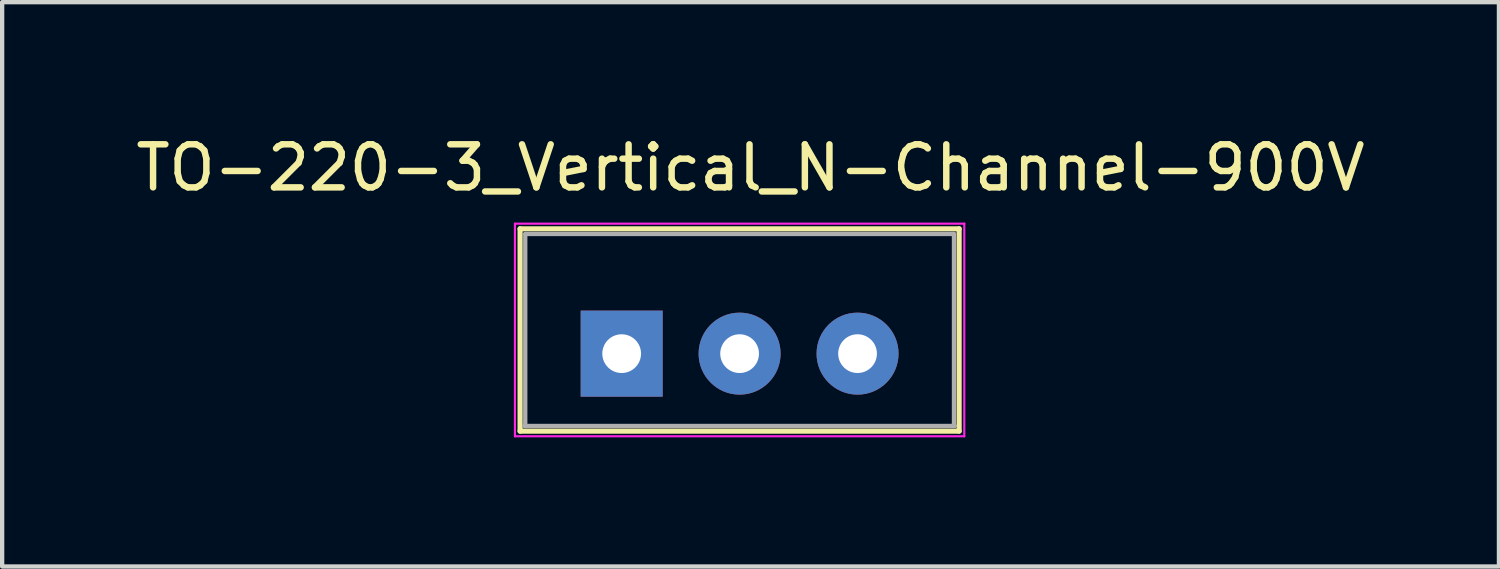
<source format=kicad_pcb>
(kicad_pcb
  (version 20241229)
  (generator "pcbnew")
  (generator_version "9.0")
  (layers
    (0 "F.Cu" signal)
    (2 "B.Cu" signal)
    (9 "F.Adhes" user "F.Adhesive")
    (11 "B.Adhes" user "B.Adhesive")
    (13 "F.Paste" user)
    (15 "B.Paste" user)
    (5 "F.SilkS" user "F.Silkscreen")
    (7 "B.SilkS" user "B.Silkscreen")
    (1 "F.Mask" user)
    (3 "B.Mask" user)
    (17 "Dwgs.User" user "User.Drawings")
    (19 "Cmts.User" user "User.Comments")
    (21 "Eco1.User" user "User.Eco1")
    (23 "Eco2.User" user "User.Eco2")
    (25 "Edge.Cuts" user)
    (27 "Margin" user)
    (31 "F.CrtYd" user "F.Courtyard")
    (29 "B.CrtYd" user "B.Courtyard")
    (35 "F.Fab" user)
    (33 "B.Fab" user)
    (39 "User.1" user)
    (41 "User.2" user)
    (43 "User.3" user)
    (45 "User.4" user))
  (footprint "TO-220-3_Vertical_N-Channel-900V"
    (layer "F.Cu")
    (at 14.133 5.166)
    (property "Reference" "TO-220-3_Vertical_N-Channel-900V" (at 0.254 -4.318 0) (layer "F.SilkS") (effects (font (size 1 1) (thickness 0.15))))
    (attr through_hole)
    (fp_line (start -5.1 -2.9) (end -5.1 1.8) (stroke (width 0.12) (type solid)) (layer "F.SilkS"))
    (fp_line (start -5.1 -2.9) (end 5.1 -2.9) (stroke (width 0.12) (type solid)) (layer "F.SilkS"))
    (fp_line (start -5.1 1.8) (end 5.1 1.8) (stroke (width 0.12) (type solid)) (layer "F.SilkS"))
    (fp_line (start 5.1 1.8) (end 5.1 -2.9) (stroke (width 0.12) (type solid)) (layer "F.SilkS"))
    (fp_line (start -5.22 -3.02) (end -5.22 1.92) (stroke (width 0.05) (type solid)) (layer "F.CrtYd"))
    (fp_line (start -5.22 1.92) (end 5.22 1.92) (stroke (width 0.05) (type solid)) (layer "F.CrtYd"))
    (fp_line (start 5.22 -3.02) (end -5.22 -3.02) (stroke (width 0.05) (type solid)) (layer "F.CrtYd"))
    (fp_line (start 5.22 1.92) (end 5.22 -3.02) (stroke (width 0.05) (type solid)) (layer "F.CrtYd"))
    (fp_line (start -5 1.68) (end 5 1.68) (stroke (width 0.1) (type solid)) (layer "F.Fab"))
    (fp_line (start -4.98 -2.78) (end -4.98 1.68) (stroke (width 0.1) (type solid)) (layer "F.Fab"))
    (fp_line (start 4.98 -2.78) (end -4.98 -2.78) (stroke (width 0.1) (type solid)) (layer "F.Fab"))
    (fp_line (start 4.98 1.68) (end 4.98 -2.78) (stroke (width 0.1) (type solid)) (layer "F.Fab"))
    (pad "1" thru_hole rect (at -2.74 0) (size 1.905 2) (drill 0.9) (layers "*.Cu" "*.Mask"))
    (pad "2" thru_hole circle (at 0 0) (size 1.905 1.905) (drill 0.9) (layers "*.Cu" "*.Mask"))
    (pad "3" thru_hole circle (at 2.74 0) (size 1.905 1.905) (drill 0.9) (layers "*.Cu" "*.Mask")))
  (gr_rect
    (start -3 -3)
    (end 31.774 10.111)
    (stroke (width 0.1) (type default))
    (fill no)
    (layer "Edge.Cuts")))
</source>
